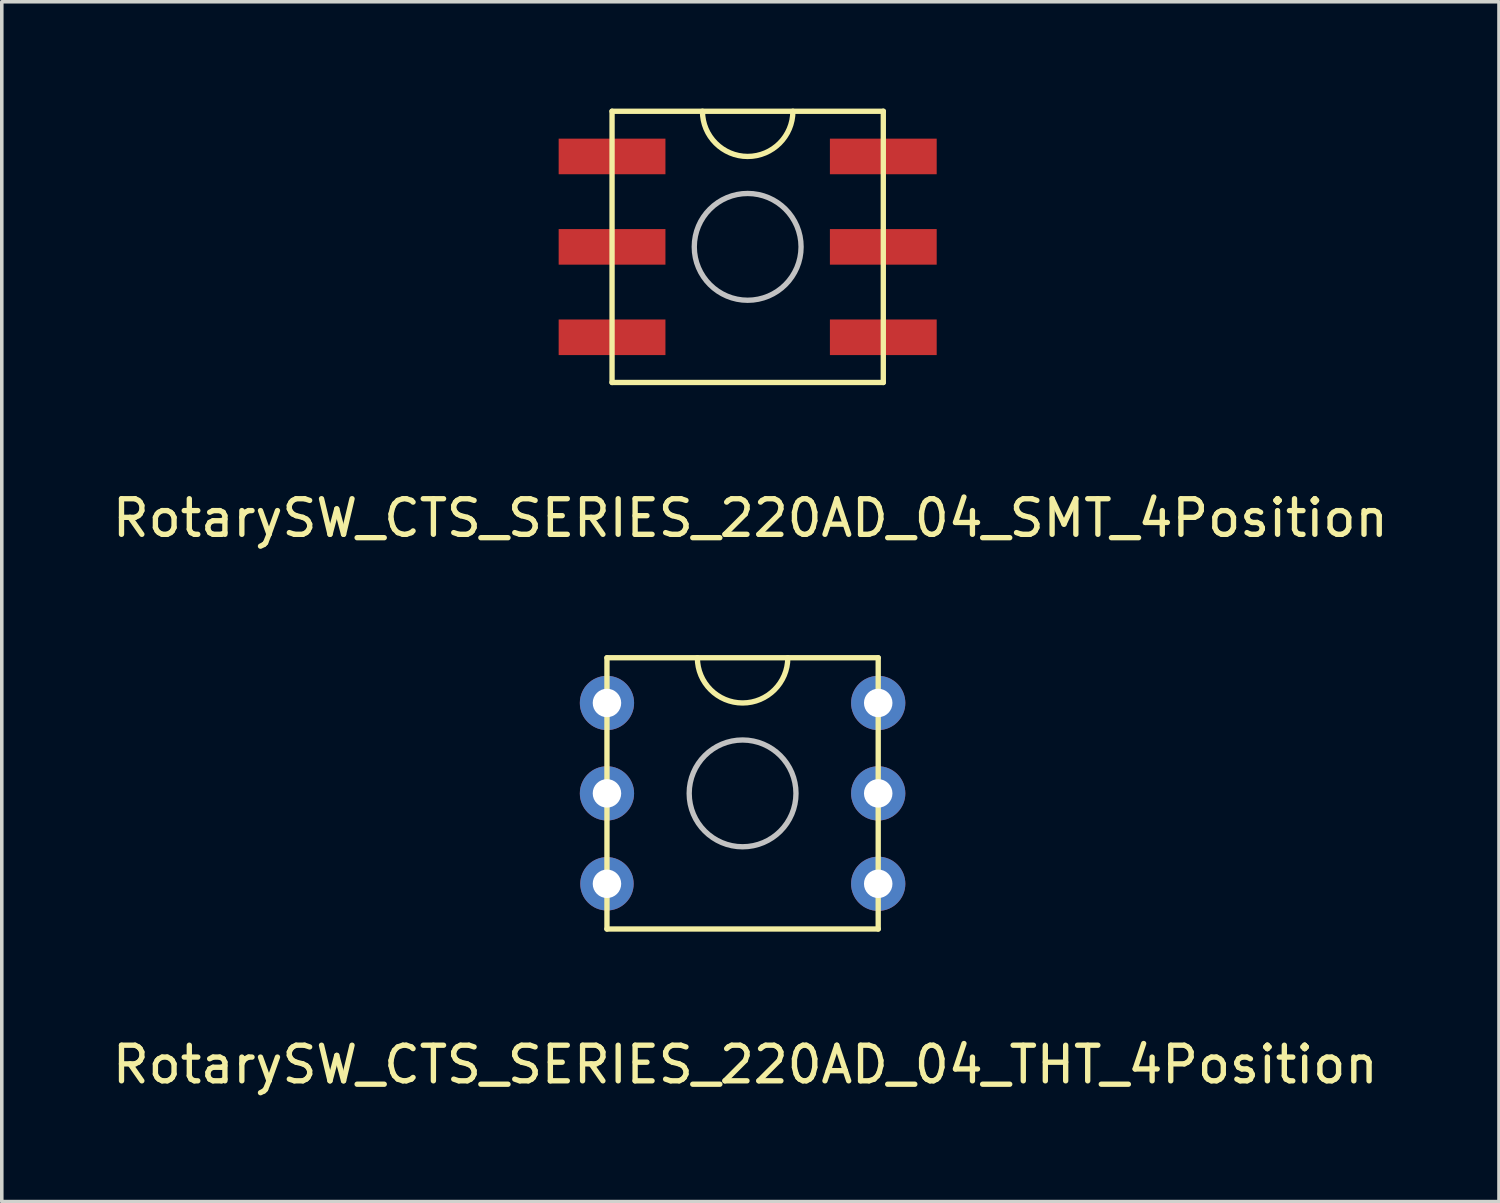
<source format=kicad_pcb>
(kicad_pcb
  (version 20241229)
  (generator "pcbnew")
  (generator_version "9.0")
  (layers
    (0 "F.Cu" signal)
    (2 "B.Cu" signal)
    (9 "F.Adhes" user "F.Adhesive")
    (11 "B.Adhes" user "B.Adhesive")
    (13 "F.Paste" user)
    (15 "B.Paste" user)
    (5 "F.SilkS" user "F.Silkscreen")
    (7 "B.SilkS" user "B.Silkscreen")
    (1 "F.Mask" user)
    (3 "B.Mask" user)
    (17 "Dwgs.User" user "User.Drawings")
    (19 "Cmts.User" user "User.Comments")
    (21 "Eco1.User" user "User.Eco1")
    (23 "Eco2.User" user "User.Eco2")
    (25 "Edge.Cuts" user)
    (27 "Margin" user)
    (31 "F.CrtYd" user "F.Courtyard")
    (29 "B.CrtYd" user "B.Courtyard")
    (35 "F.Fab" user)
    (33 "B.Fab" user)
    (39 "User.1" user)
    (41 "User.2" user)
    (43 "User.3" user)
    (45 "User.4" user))
  (footprint "RotarySW_CTS_SERIES_220AD_04_THT_4Position"
    (layer "F.Cu")
    (at 17.811 19.238)
    (property "Reference" "RotarySW_CTS_SERIES_220AD_04_THT_4Position" (at 0.076 7.62 0) (layer "F.SilkS") (effects (font (size 1 1) (thickness 0.15))))
    (attr through_hole)
    (fp_line (start -3.81 -3.81) (end 3.81 -3.81) (stroke (width 0.15) (type solid)) (layer "F.SilkS"))
    (fp_line (start -3.81 3.81) (end -3.81 -3.81) (stroke (width 0.15) (type solid)) (layer "F.SilkS"))
    (fp_line (start 3.81 -3.81) (end 3.81 3.81) (stroke (width 0.15) (type solid)) (layer "F.SilkS"))
    (fp_line (start 3.81 3.81) (end -3.81 3.81) (stroke (width 0.15) (type solid)) (layer "F.SilkS"))
    (fp_arc (start 1.27 -3.81) (mid 0 -2.54) (end -1.27 -3.81) (stroke (width 0.15) (type solid)) (layer "F.SilkS"))
    (fp_circle (center 0 0) (end 0 1.5) (stroke (width 0.15) (type solid)) (fill no) (layer "Dwgs.User"))
    (pad "0" thru_hole circle (at -3.81 2.54) (size 1.5 1.5) (drill 0.8) (layers "*.Cu" "*.Mask"))
    (pad "1" thru_hole circle (at -3.81 -2.54) (size 1.524 1.524) (drill 0.8) (layers "*.Cu" "*.Mask"))
    (pad "2" thru_hole circle (at 3.81 -2.54) (size 1.524 1.524) (drill 0.8) (layers "*.Cu" "*.Mask"))
    (pad "3" thru_hole circle (at 3.81 2.54) (size 1.524 1.524) (drill 0.8) (layers "*.Cu" "*.Mask"))
    (pad "4" thru_hole circle (at -3.81 0) (size 1.524 1.524) (drill 0.8) (layers "*.Cu" "*.Mask"))
    (pad "4" thru_hole circle (at 3.81 0) (size 1.524 1.524) (drill 0.8) (layers "*.Cu" "*.Mask")))
  (footprint "RotarySW_CTS_SERIES_220AD_04_SMT_4Position"
    (layer "F.Cu")
    (at 17.954 3.885)
    (property "Reference" "RotarySW_CTS_SERIES_220AD_04_SMT_4Position" (at 0.076 7.62 0) (layer "F.SilkS") (effects (font (size 1 1) (thickness 0.15))))
    (attr through_hole)
    (fp_line (start -3.81 -3.81) (end 3.81 -3.81) (stroke (width 0.15) (type solid)) (layer "F.SilkS"))
    (fp_line (start -3.81 3.81) (end -3.81 -3.81) (stroke (width 0.15) (type solid)) (layer "F.SilkS"))
    (fp_line (start 3.81 -3.81) (end 3.81 3.81) (stroke (width 0.15) (type solid)) (layer "F.SilkS"))
    (fp_line (start 3.81 3.81) (end -3.81 3.81) (stroke (width 0.15) (type solid)) (layer "F.SilkS"))
    (fp_arc (start 1.27 -3.81) (mid 0 -2.54) (end -1.27 -3.81) (stroke (width 0.15) (type solid)) (layer "F.SilkS"))
    (fp_circle (center 0 0) (end 0 1.5) (stroke (width 0.15) (type solid)) (fill no) (layer "Dwgs.User"))
    (pad "0" smd rect (at -3.81 2.54 180) (size 3 1) (layers "F.Cu" "F.Mask" "F.Paste"))
    (pad "1" smd rect (at -3.81 -2.54) (size 3 1) (layers "F.Cu" "F.Mask" "F.Paste"))
    (pad "2" smd rect (at 3.81 -2.54) (size 3 1) (layers "F.Cu" "F.Mask" "F.Paste"))
    (pad "3" smd rect (at 3.81 2.54) (size 3 1) (layers "F.Cu" "F.Mask" "F.Paste"))
    (pad "4" smd rect (at -3.81 0) (size 3 1) (layers "F.Cu" "F.Mask" "F.Paste"))
    (pad "4" smd rect (at 3.81 0) (size 3 1) (layers "F.Cu" "F.Mask" "F.Paste")))
  (gr_rect
    (start -3 -3)
    (end 39.06 30.706)
    (stroke (width 0.1) (type default))
    (fill no)
    (layer "Edge.Cuts")))
</source>
